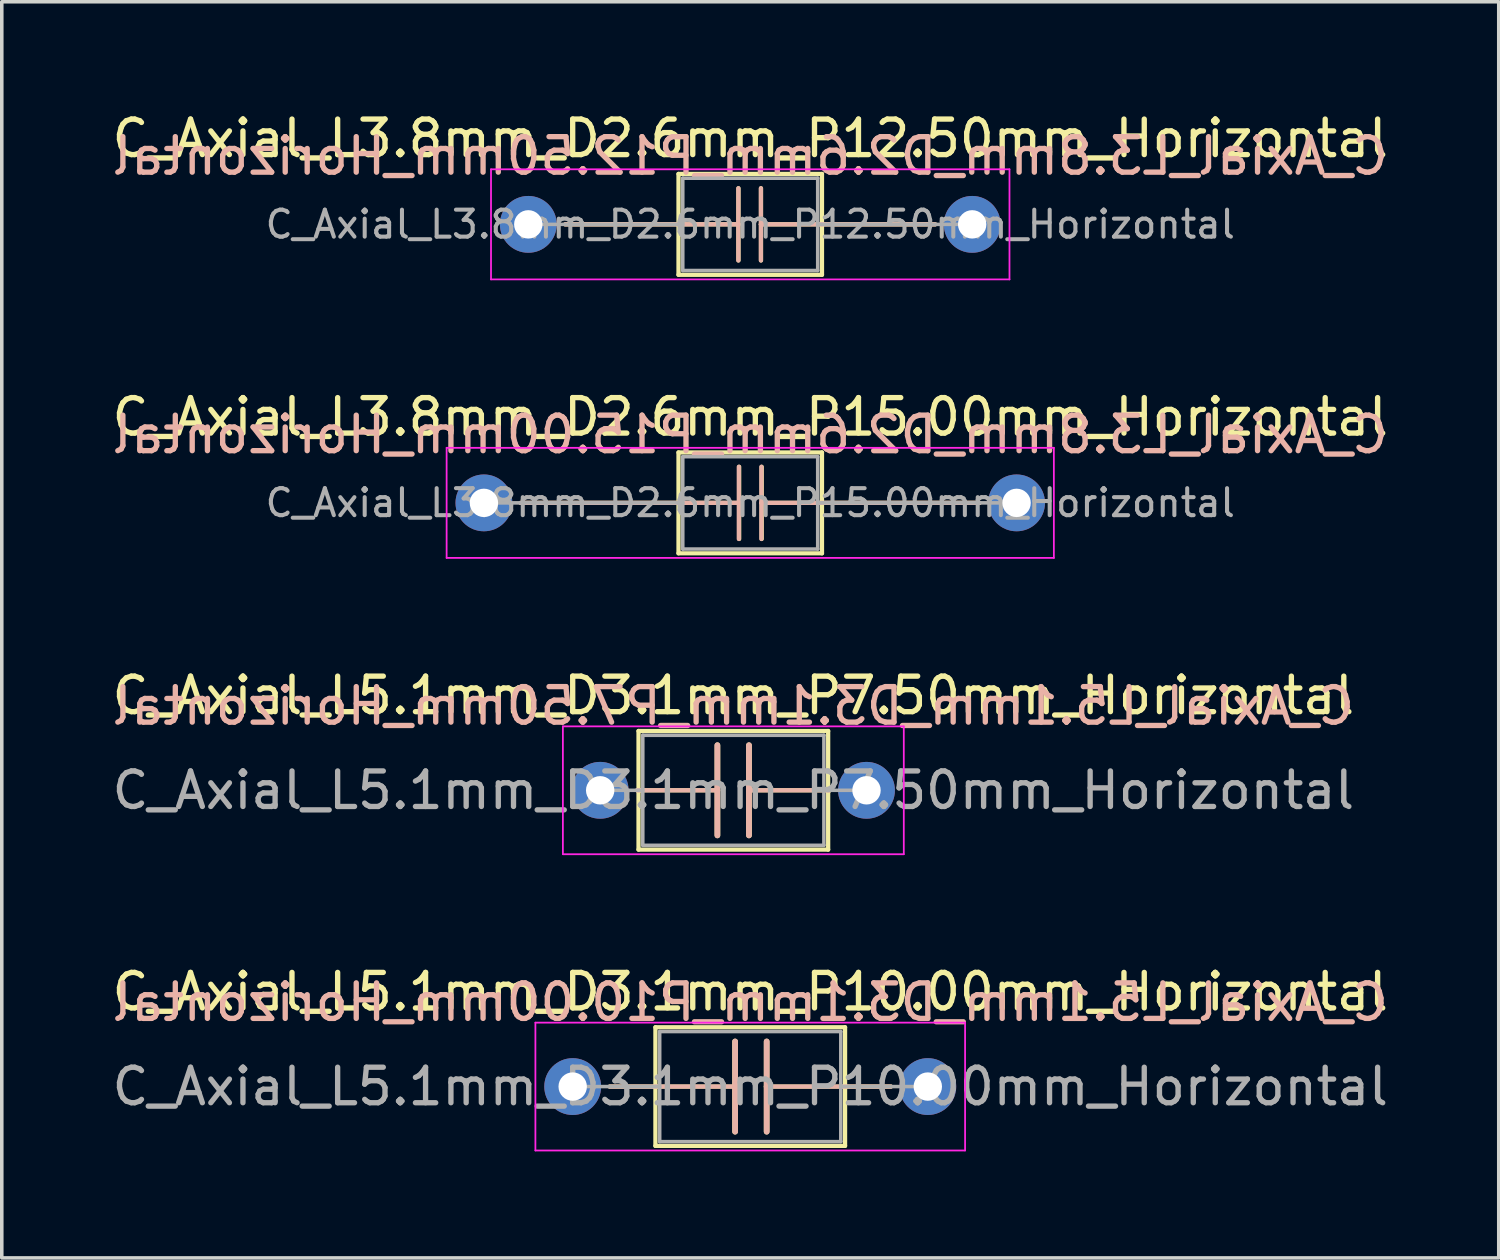
<source format=kicad_pcb>
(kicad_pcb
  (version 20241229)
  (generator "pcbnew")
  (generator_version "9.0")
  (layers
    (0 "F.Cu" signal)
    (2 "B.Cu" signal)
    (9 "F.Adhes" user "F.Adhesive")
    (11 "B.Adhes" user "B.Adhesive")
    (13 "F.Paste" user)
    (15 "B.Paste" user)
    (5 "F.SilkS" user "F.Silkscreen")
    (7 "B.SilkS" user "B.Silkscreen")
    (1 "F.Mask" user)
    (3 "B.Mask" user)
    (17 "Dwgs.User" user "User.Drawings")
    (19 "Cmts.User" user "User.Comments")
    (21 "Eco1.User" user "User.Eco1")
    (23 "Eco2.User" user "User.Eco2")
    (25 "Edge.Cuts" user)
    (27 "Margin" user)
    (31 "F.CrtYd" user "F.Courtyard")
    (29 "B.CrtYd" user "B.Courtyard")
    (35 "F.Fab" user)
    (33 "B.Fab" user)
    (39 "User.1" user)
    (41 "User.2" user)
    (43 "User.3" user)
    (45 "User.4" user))
  (footprint "C_Axial_L3.8mm_D2.6mm_P12.50mm_Horizontal"
    (layer "F.Cu")
    (at 11.827 3.268)
    (property "Reference" "C_Axial_L3.8mm_D2.6mm_P12.50mm_Horizontal" (at 6.25 -2.42 0) (layer "F.SilkS") (effects (font (size 1 1) (thickness 0.15))))
    (fp_line (start 1.04 0) (end 4.23 0) (stroke (width 0.12) (type solid)) (layer "F.SilkS"))
    (fp_line (start 4.23 -1.42) (end 4.23 1.42) (stroke (width 0.12) (type solid)) (layer "F.SilkS"))
    (fp_line (start 4.23 0) (end 5.918 0) (stroke (width 0.12) (type solid)) (layer "F.SilkS"))
    (fp_line (start 4.23 1.42) (end 8.27 1.42) (stroke (width 0.12) (type solid)) (layer "F.SilkS"))
    (fp_line (start 5.918 0) (end 5.918 -1.016) (stroke (width 0.12) (type solid)) (layer "F.SilkS"))
    (fp_line (start 5.918 0) (end 5.918 1.016) (stroke (width 0.12) (type solid)) (layer "F.SilkS"))
    (fp_line (start 6.553 0) (end 6.553 -1.016) (stroke (width 0.12) (type solid)) (layer "F.SilkS"))
    (fp_line (start 6.553 0) (end 6.553 1.016) (stroke (width 0.12) (type solid)) (layer "F.SilkS"))
    (fp_line (start 8.27 -1.42) (end 4.23 -1.42) (stroke (width 0.12) (type solid)) (layer "F.SilkS"))
    (fp_line (start 8.27 0) (end 6.553 0) (stroke (width 0.12) (type solid)) (layer "F.SilkS"))
    (fp_line (start 8.27 1.42) (end 8.27 -1.42) (stroke (width 0.12) (type solid)) (layer "F.SilkS"))
    (fp_line (start 11.46 0) (end 8.27 0) (stroke (width 0.12) (type solid)) (layer "F.SilkS"))
    (fp_line (start 1.037 0) (end 4.227 0) (stroke (width 0.12) (type solid)) (layer "B.SilkS"))
    (fp_line (start 4.227 0) (end 5.915 0) (stroke (width 0.12) (type solid)) (layer "B.SilkS"))
    (fp_line (start 5.915 0) (end 5.915 -1.016) (stroke (width 0.12) (type solid)) (layer "B.SilkS"))
    (fp_line (start 5.915 0) (end 5.915 1.016) (stroke (width 0.12) (type solid)) (layer "B.SilkS"))
    (fp_line (start 6.55 0) (end 6.55 -1.016) (stroke (width 0.12) (type solid)) (layer "B.SilkS"))
    (fp_line (start 6.55 0) (end 6.55 1.016) (stroke (width 0.12) (type solid)) (layer "B.SilkS"))
    (fp_line (start 8.267 0) (end 6.55 0) (stroke (width 0.12) (type solid)) (layer "B.SilkS"))
    (fp_line (start 11.457 0) (end 8.267 0) (stroke (width 0.12) (type solid)) (layer "B.SilkS"))
    (fp_line (start -1.05 -1.55) (end -1.05 1.55) (stroke (width 0.05) (type solid)) (layer "F.CrtYd"))
    (fp_line (start -1.05 1.55) (end 13.55 1.55) (stroke (width 0.05) (type solid)) (layer "F.CrtYd"))
    (fp_line (start 13.55 -1.55) (end -1.05 -1.55) (stroke (width 0.05) (type solid)) (layer "F.CrtYd"))
    (fp_line (start 13.55 1.55) (end 13.55 -1.55) (stroke (width 0.05) (type solid)) (layer "F.CrtYd"))
    (fp_line (start 0 0) (end 4.35 0) (stroke (width 0.1) (type solid)) (layer "F.Fab"))
    (fp_line (start 4.35 -1.3) (end 4.35 1.3) (stroke (width 0.1) (type solid)) (layer "F.Fab"))
    (fp_line (start 4.35 1.3) (end 8.15 1.3) (stroke (width 0.1) (type solid)) (layer "F.Fab"))
    (fp_line (start 8.15 -1.3) (end 4.35 -1.3) (stroke (width 0.1) (type solid)) (layer "F.Fab"))
    (fp_line (start 8.15 1.3) (end 8.15 -1.3) (stroke (width 0.1) (type solid)) (layer "F.Fab"))
    (fp_line (start 12.5 0) (end 8.15 0) (stroke (width 0.1) (type solid)) (layer "F.Fab"))
    (fp_text user "${REFERENCE}" (at 6.25 -1.925 0) (layer "B.SilkS") (effects (font (size 1 1) (thickness 0.15)) (justify mirror)))
    (fp_text user "${REFERENCE}" (at 6.25 0 0) (layer "F.Fab") (effects (font (size 0.76 0.76) (thickness 0.114))))
    (pad "1" thru_hole circle (at 0 0) (size 1.6 1.6) (drill 0.8) (layers "*.Cu" "*.Mask"))
    (pad "2" thru_hole oval (at 12.5 0) (size 1.6 1.6) (drill 0.8) (layers "*.Cu" "*.Mask")))
  (footprint "C_Axial_L3.8mm_D2.6mm_P15.00mm_Horizontal"
    (layer "F.Cu")
    (at 10.577 11.111)
    (property "Reference" "C_Axial_L3.8mm_D2.6mm_P15.00mm_Horizontal" (at 7.5 -2.42 0) (layer "F.SilkS") (effects (font (size 1 1) (thickness 0.15))))
    (fp_line (start 1.04 0) (end 5.48 0) (stroke (width 0.12) (type solid)) (layer "F.SilkS"))
    (fp_line (start 5.461 0) (end 7.188 0) (stroke (width 0.12) (type solid)) (layer "F.SilkS"))
    (fp_line (start 5.48 -1.42) (end 5.48 1.42) (stroke (width 0.12) (type solid)) (layer "F.SilkS"))
    (fp_line (start 5.48 1.42) (end 9.52 1.42) (stroke (width 0.12) (type solid)) (layer "F.SilkS"))
    (fp_line (start 7.188 0) (end 7.188 -1.016) (stroke (width 0.12) (type solid)) (layer "F.SilkS"))
    (fp_line (start 7.188 0) (end 7.188 1.016) (stroke (width 0.12) (type solid)) (layer "F.SilkS"))
    (fp_line (start 7.823 0) (end 7.823 -1.016) (stroke (width 0.12) (type solid)) (layer "F.SilkS"))
    (fp_line (start 7.823 0) (end 7.823 1.016) (stroke (width 0.12) (type solid)) (layer "F.SilkS"))
    (fp_line (start 9.52 -1.42) (end 5.48 -1.42) (stroke (width 0.12) (type solid)) (layer "F.SilkS"))
    (fp_line (start 9.52 1.42) (end 9.52 -1.42) (stroke (width 0.12) (type solid)) (layer "F.SilkS"))
    (fp_line (start 9.525 0) (end 7.823 0) (stroke (width 0.12) (type solid)) (layer "F.SilkS"))
    (fp_line (start 13.96 0) (end 9.52 0) (stroke (width 0.12) (type solid)) (layer "F.SilkS"))
    (fp_line (start 1.03 0) (end 5.47 0) (stroke (width 0.12) (type solid)) (layer "B.SilkS"))
    (fp_line (start 5.451 0) (end 7.178 0) (stroke (width 0.12) (type solid)) (layer "B.SilkS"))
    (fp_line (start 7.178 0) (end 7.178 -1.016) (stroke (width 0.12) (type solid)) (layer "B.SilkS"))
    (fp_line (start 7.178 0) (end 7.178 1.016) (stroke (width 0.12) (type solid)) (layer "B.SilkS"))
    (fp_line (start 7.813 0) (end 7.813 -1.016) (stroke (width 0.12) (type solid)) (layer "B.SilkS"))
    (fp_line (start 7.813 0) (end 7.813 1.016) (stroke (width 0.12) (type solid)) (layer "B.SilkS"))
    (fp_line (start 9.515 0) (end 7.813 0) (stroke (width 0.12) (type solid)) (layer "B.SilkS"))
    (fp_line (start 13.95 0) (end 9.51 0) (stroke (width 0.12) (type solid)) (layer "B.SilkS"))
    (fp_line (start -1.05 -1.55) (end -1.05 1.55) (stroke (width 0.05) (type solid)) (layer "F.CrtYd"))
    (fp_line (start -1.05 1.55) (end 16.05 1.55) (stroke (width 0.05) (type solid)) (layer "F.CrtYd"))
    (fp_line (start 16.05 -1.55) (end -1.05 -1.55) (stroke (width 0.05) (type solid)) (layer "F.CrtYd"))
    (fp_line (start 16.05 1.55) (end 16.05 -1.55) (stroke (width 0.05) (type solid)) (layer "F.CrtYd"))
    (fp_line (start 0 0) (end 5.6 0) (stroke (width 0.1) (type solid)) (layer "F.Fab"))
    (fp_line (start 5.6 -1.3) (end 5.6 1.3) (stroke (width 0.1) (type solid)) (layer "F.Fab"))
    (fp_line (start 5.6 1.3) (end 9.4 1.3) (stroke (width 0.1) (type solid)) (layer "F.Fab"))
    (fp_line (start 9.4 -1.3) (end 5.6 -1.3) (stroke (width 0.1) (type solid)) (layer "F.Fab"))
    (fp_line (start 9.4 1.3) (end 9.4 -1.3) (stroke (width 0.1) (type solid)) (layer "F.Fab"))
    (fp_line (start 15 0) (end 9.4 0) (stroke (width 0.1) (type solid)) (layer "F.Fab"))
    (fp_text user "${REFERENCE}" (at 7.5 -1.925 0) (layer "B.SilkS") (effects (font (size 1 1) (thickness 0.15)) (justify mirror)))
    (fp_text user "${REFERENCE}" (at 7.5 0 0) (layer "F.Fab") (effects (font (size 0.76 0.76) (thickness 0.114))))
    (pad "1" thru_hole circle (at 0 0) (size 1.6 1.6) (drill 0.8) (layers "*.Cu" "*.Mask"))
    (pad "2" thru_hole oval (at 15 0) (size 1.6 1.6) (drill 0.8) (layers "*.Cu" "*.Mask")))
  (footprint "C_Axial_L5.1mm_D3.1mm_P10.00mm_Horizontal"
    (layer "F.Cu")
    (at 13.077 27.548)
    (property "Reference" "C_Axial_L5.1mm_D3.1mm_P10.00mm_Horizontal" (at 5 -2.67 0) (layer "F.SilkS") (effects (font (size 1 1) (thickness 0.15))))
    (fp_line (start 1.04 0) (end 2.33 0) (stroke (width 0.12) (type solid)) (layer "F.SilkS"))
    (fp_line (start 2.33 -1.67) (end 2.33 1.67) (stroke (width 0.12) (type solid)) (layer "F.SilkS"))
    (fp_line (start 2.33 0) (end 4.572 0) (stroke (width 0.12) (type solid)) (layer "F.SilkS"))
    (fp_line (start 2.33 1.67) (end 7.67 1.67) (stroke (width 0.12) (type solid)) (layer "F.SilkS"))
    (fp_line (start 4.572 0) (end 4.572 -1.27) (stroke (width 0.16) (type solid)) (layer "F.SilkS"))
    (fp_line (start 4.572 0) (end 4.572 1.27) (stroke (width 0.16) (type solid)) (layer "F.SilkS"))
    (fp_line (start 5.461 0) (end 5.461 -1.27) (stroke (width 0.16) (type solid)) (layer "F.SilkS"))
    (fp_line (start 5.461 0) (end 5.461 1.27) (stroke (width 0.16) (type solid)) (layer "F.SilkS"))
    (fp_line (start 7.67 -1.67) (end 2.33 -1.67) (stroke (width 0.12) (type solid)) (layer "F.SilkS"))
    (fp_line (start 7.67 0) (end 5.461 0) (stroke (width 0.12) (type solid)) (layer "F.SilkS"))
    (fp_line (start 7.67 1.67) (end 7.67 -1.67) (stroke (width 0.12) (type solid)) (layer "F.SilkS"))
    (fp_line (start 8.96 0) (end 7.67 0) (stroke (width 0.12) (type solid)) (layer "F.SilkS"))
    (fp_line (start 1.043 0) (end 2.333 0) (stroke (width 0.12) (type solid)) (layer "B.SilkS"))
    (fp_line (start 2.333 0) (end 4.575 0) (stroke (width 0.12) (type solid)) (layer "B.SilkS"))
    (fp_line (start 4.575 0) (end 4.575 -1.27) (stroke (width 0.16) (type solid)) (layer "B.SilkS"))
    (fp_line (start 4.575 0) (end 4.575 1.27) (stroke (width 0.16) (type solid)) (layer "B.SilkS"))
    (fp_line (start 5.464 0) (end 5.464 -1.27) (stroke (width 0.16) (type solid)) (layer "B.SilkS"))
    (fp_line (start 5.464 0) (end 5.464 1.27) (stroke (width 0.16) (type solid)) (layer "B.SilkS"))
    (fp_line (start 7.673 0) (end 5.464 0) (stroke (width 0.12) (type solid)) (layer "B.SilkS"))
    (fp_line (start 8.963 0) (end 7.673 0) (stroke (width 0.12) (type solid)) (layer "B.SilkS"))
    (fp_line (start -1.05 -1.8) (end -1.05 1.8) (stroke (width 0.05) (type solid)) (layer "F.CrtYd"))
    (fp_line (start -1.05 1.8) (end 11.05 1.8) (stroke (width 0.05) (type solid)) (layer "F.CrtYd"))
    (fp_line (start 11.05 -1.8) (end -1.05 -1.8) (stroke (width 0.05) (type solid)) (layer "F.CrtYd"))
    (fp_line (start 11.05 1.8) (end 11.05 -1.8) (stroke (width 0.05) (type solid)) (layer "F.CrtYd"))
    (fp_line (start 0 0) (end 2.45 0) (stroke (width 0.1) (type solid)) (layer "F.Fab"))
    (fp_line (start 2.45 -1.55) (end 2.45 1.55) (stroke (width 0.1) (type solid)) (layer "F.Fab"))
    (fp_line (start 2.45 1.55) (end 7.55 1.55) (stroke (width 0.1) (type solid)) (layer "F.Fab"))
    (fp_line (start 7.55 -1.55) (end 2.45 -1.55) (stroke (width 0.1) (type solid)) (layer "F.Fab"))
    (fp_line (start 7.55 1.55) (end 7.55 -1.55) (stroke (width 0.1) (type solid)) (layer "F.Fab"))
    (fp_line (start 10 0) (end 7.55 0) (stroke (width 0.1) (type solid)) (layer "F.Fab"))
    (fp_text user "${REFERENCE}" (at 5 -2.375 0) (layer "B.SilkS") (effects (font (size 1 1) (thickness 0.15)) (justify mirror)))
    (fp_text user "${REFERENCE}" (at 5 0 0) (layer "F.Fab") (effects (font (size 1 1) (thickness 0.15))))
    (pad "1" thru_hole circle (at 0 0) (size 1.6 1.6) (drill 0.8) (layers "*.Cu" "*.Mask"))
    (pad "2" thru_hole oval (at 10 0) (size 1.6 1.6) (drill 0.8) (layers "*.Cu" "*.Mask")))
  (footprint "C_Axial_L5.1mm_D3.1mm_P7.50mm_Horizontal"
    (layer "F.Cu")
    (at 13.851 19.205)
    (property "Reference" "C_Axial_L5.1mm_D3.1mm_P7.50mm_Horizontal" (at 3.75 -2.67 0) (layer "F.SilkS") (effects (font (size 1 1) (thickness 0.15))))
    (fp_line (start 1.04 0) (end 1.08 0) (stroke (width 0.12) (type solid)) (layer "F.SilkS"))
    (fp_line (start 1.08 -1.67) (end 1.08 1.67) (stroke (width 0.12) (type solid)) (layer "F.SilkS"))
    (fp_line (start 1.08 0) (end 3.302 0) (stroke (width 0.12) (type solid)) (layer "F.SilkS"))
    (fp_line (start 1.08 1.67) (end 6.42 1.67) (stroke (width 0.12) (type solid)) (layer "F.SilkS"))
    (fp_line (start 3.302 0) (end 3.302 -1.27) (stroke (width 0.16) (type solid)) (layer "F.SilkS"))
    (fp_line (start 3.302 0) (end 3.302 1.27) (stroke (width 0.16) (type solid)) (layer "F.SilkS"))
    (fp_line (start 4.191 0) (end 4.191 -1.27) (stroke (width 0.16) (type solid)) (layer "F.SilkS"))
    (fp_line (start 4.191 0) (end 4.191 1.27) (stroke (width 0.16) (type solid)) (layer "F.SilkS"))
    (fp_line (start 6.42 -1.67) (end 1.08 -1.67) (stroke (width 0.12) (type solid)) (layer "F.SilkS"))
    (fp_line (start 6.42 1.67) (end 6.42 -1.67) (stroke (width 0.12) (type solid)) (layer "F.SilkS"))
    (fp_line (start 6.46 0) (end 4.191 0) (stroke (width 0.12) (type solid)) (layer "F.SilkS"))
    (fp_line (start 6.46 0) (end 6.42 0) (stroke (width 0.12) (type solid)) (layer "F.SilkS"))
    (fp_line (start 1.038 0) (end 1.078 0) (stroke (width 0.12) (type solid)) (layer "B.SilkS"))
    (fp_line (start 1.078 0) (end 3.3 0) (stroke (width 0.12) (type solid)) (layer "B.SilkS"))
    (fp_line (start 3.3 0) (end 3.3 -1.27) (stroke (width 0.16) (type solid)) (layer "B.SilkS"))
    (fp_line (start 3.3 0) (end 3.3 1.27) (stroke (width 0.16) (type solid)) (layer "B.SilkS"))
    (fp_line (start 4.189 0) (end 4.189 -1.27) (stroke (width 0.16) (type solid)) (layer "B.SilkS"))
    (fp_line (start 4.189 0) (end 4.189 1.27) (stroke (width 0.16) (type solid)) (layer "B.SilkS"))
    (fp_line (start 6.458 0) (end 4.189 0) (stroke (width 0.12) (type solid)) (layer "B.SilkS"))
    (fp_line (start 6.458 0) (end 6.418 0) (stroke (width 0.12) (type solid)) (layer "B.SilkS"))
    (fp_line (start -1.05 -1.8) (end -1.05 1.8) (stroke (width 0.05) (type solid)) (layer "F.CrtYd"))
    (fp_line (start -1.05 1.8) (end 8.55 1.8) (stroke (width 0.05) (type solid)) (layer "F.CrtYd"))
    (fp_line (start 8.55 -1.8) (end -1.05 -1.8) (stroke (width 0.05) (type solid)) (layer "F.CrtYd"))
    (fp_line (start 8.55 1.8) (end 8.55 -1.8) (stroke (width 0.05) (type solid)) (layer "F.CrtYd"))
    (fp_line (start 0 0) (end 1.2 0) (stroke (width 0.1) (type solid)) (layer "F.Fab"))
    (fp_line (start 1.2 -1.55) (end 1.2 1.55) (stroke (width 0.1) (type solid)) (layer "F.Fab"))
    (fp_line (start 1.2 1.55) (end 6.3 1.55) (stroke (width 0.1) (type solid)) (layer "F.Fab"))
    (fp_line (start 6.3 -1.55) (end 1.2 -1.55) (stroke (width 0.1) (type solid)) (layer "F.Fab"))
    (fp_line (start 6.3 1.55) (end 6.3 -1.55) (stroke (width 0.1) (type solid)) (layer "F.Fab"))
    (fp_line (start 7.5 0) (end 6.3 0) (stroke (width 0.1) (type solid)) (layer "F.Fab"))
    (fp_text user "${REFERENCE}" (at 3.75 -2.375 0) (layer "B.SilkS") (effects (font (size 1 1) (thickness 0.15)) (justify mirror)))
    (fp_text user "${REFERENCE}" (at 3.75 0 0) (layer "F.Fab") (effects (font (size 1 1) (thickness 0.15))))
    (pad "1" thru_hole circle (at 0 0) (size 1.6 1.6) (drill 0.8) (layers "*.Cu" "*.Mask"))
    (pad "2" thru_hole oval (at 7.5 0) (size 1.6 1.6) (drill 0.8) (layers "*.Cu" "*.Mask")))
  (gr_rect
    (start -3 -3)
    (end 39.155 32.373)
    (stroke (width 0.1) (type default))
    (fill no)
    (layer "Edge.Cuts")))
</source>
